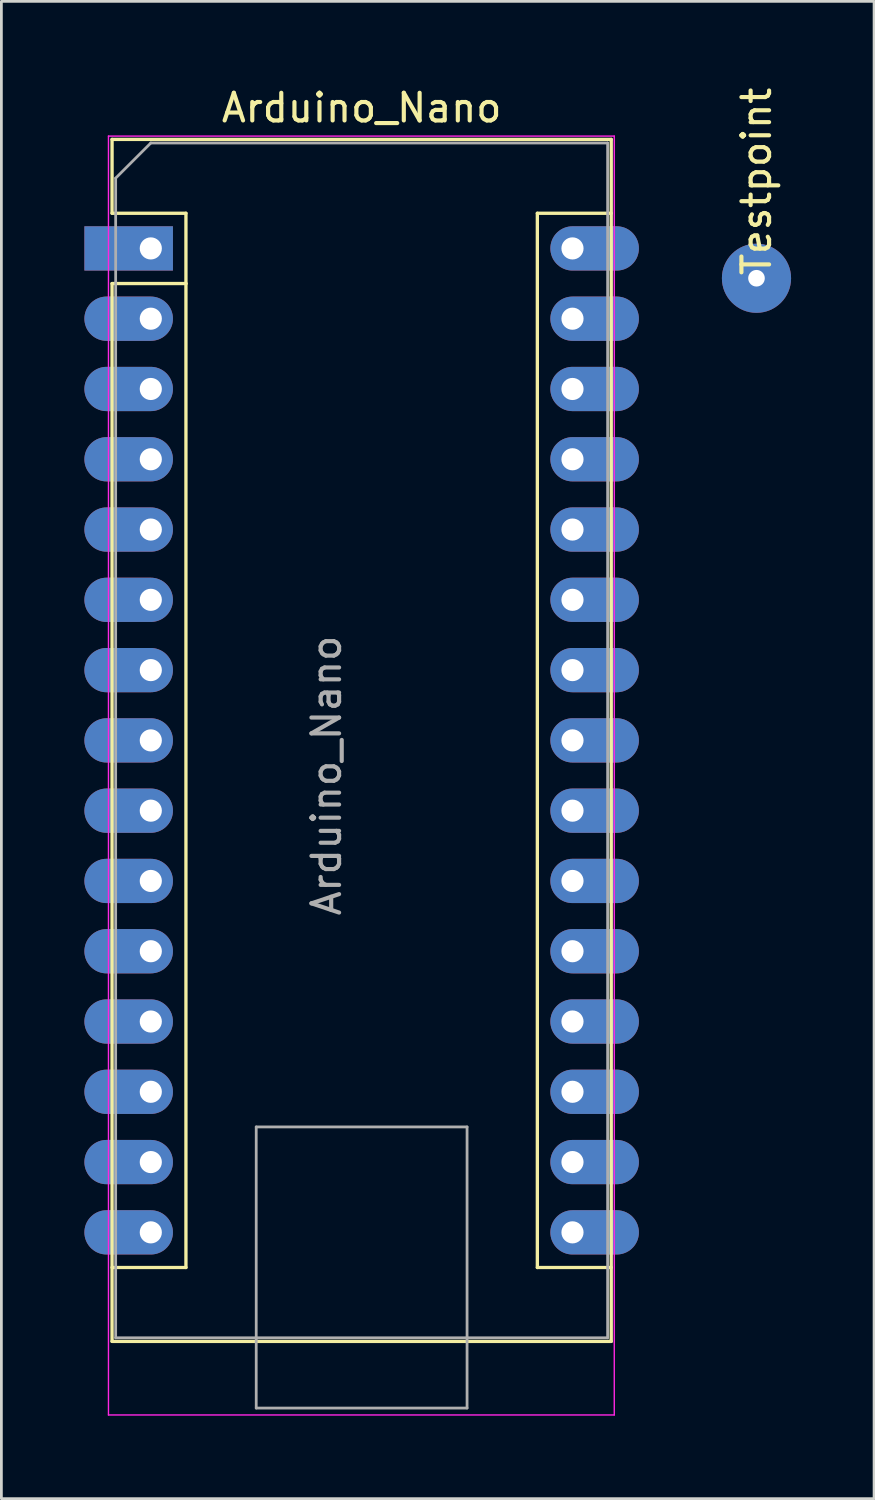
<source format=kicad_pcb>
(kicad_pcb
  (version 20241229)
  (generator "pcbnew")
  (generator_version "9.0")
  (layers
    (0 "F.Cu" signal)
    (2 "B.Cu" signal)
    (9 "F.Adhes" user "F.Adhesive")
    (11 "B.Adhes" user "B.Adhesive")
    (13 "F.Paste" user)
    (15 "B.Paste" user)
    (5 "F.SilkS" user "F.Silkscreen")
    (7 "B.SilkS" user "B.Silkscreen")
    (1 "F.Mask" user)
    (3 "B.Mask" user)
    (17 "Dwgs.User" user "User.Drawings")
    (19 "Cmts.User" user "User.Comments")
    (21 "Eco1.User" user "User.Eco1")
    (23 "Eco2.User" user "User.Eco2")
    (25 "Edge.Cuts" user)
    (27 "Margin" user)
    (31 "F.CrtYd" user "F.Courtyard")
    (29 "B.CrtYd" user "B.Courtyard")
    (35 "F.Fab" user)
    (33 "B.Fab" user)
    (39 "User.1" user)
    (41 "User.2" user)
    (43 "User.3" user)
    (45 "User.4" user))
  (footprint "Testpoint"
    (layer "F.Cu")
    (at 24.29 7.006)
    (property "Reference" "Testpoint" (at 0 -3.5 270) (layer "F.SilkS") (effects (font (size 1 1) (thickness 0.15))))
    (attr through_hole)
    (pad "1" thru_hole circle (at 0 0) (size 2.5 2.5) (drill 0.6) (layers "*.Cu" "*.Mask")))
  (footprint "Arduino_Nano"
    (layer "F.Cu")
    (at 2.4 5.928)
    (property "Reference" "Arduino_Nano" (at 7.62 -5.08 0) (layer "F.SilkS") (effects (font (size 1 1) (thickness 0.15))))
    (attr through_hole)
    (fp_line (start -1.4 -3.94) (end -1.4 -1.27) (stroke (width 0.12) (type solid)) (layer "F.SilkS"))
    (fp_line (start -1.4 1.27) (end -1.4 39.5) (stroke (width 0.12) (type solid)) (layer "F.SilkS"))
    (fp_line (start -1.4 39.5) (end 16.64 39.5) (stroke (width 0.12) (type solid)) (layer "F.SilkS"))
    (fp_line (start 1.27 -1.27) (end -1.4 -1.27) (stroke (width 0.12) (type solid)) (layer "F.SilkS"))
    (fp_line (start 1.27 1.27) (end -1.4 1.27) (stroke (width 0.12) (type solid)) (layer "F.SilkS"))
    (fp_line (start 1.27 1.27) (end 1.27 -1.27) (stroke (width 0.12) (type solid)) (layer "F.SilkS"))
    (fp_line (start 1.27 1.27) (end 1.27 36.83) (stroke (width 0.12) (type solid)) (layer "F.SilkS"))
    (fp_line (start 1.27 36.83) (end -1.4 36.83) (stroke (width 0.12) (type solid)) (layer "F.SilkS"))
    (fp_line (start 13.97 -1.27) (end 13.97 36.83) (stroke (width 0.12) (type solid)) (layer "F.SilkS"))
    (fp_line (start 13.97 -1.27) (end 16.64 -1.27) (stroke (width 0.12) (type solid)) (layer "F.SilkS"))
    (fp_line (start 13.97 36.83) (end 16.64 36.83) (stroke (width 0.12) (type solid)) (layer "F.SilkS"))
    (fp_line (start 16.64 -3.94) (end -1.4 -3.94) (stroke (width 0.12) (type solid)) (layer "F.SilkS"))
    (fp_line (start 16.64 39.5) (end 16.64 -3.94) (stroke (width 0.12) (type solid)) (layer "F.SilkS"))
    (fp_line (start -1.53 -4.06) (end -1.53 42.16) (stroke (width 0.05) (type solid)) (layer "F.CrtYd"))
    (fp_line (start -1.53 -4.06) (end 16.75 -4.06) (stroke (width 0.05) (type solid)) (layer "F.CrtYd"))
    (fp_line (start 16.75 42.16) (end -1.53 42.16) (stroke (width 0.05) (type solid)) (layer "F.CrtYd"))
    (fp_line (start 16.75 42.16) (end 16.75 -4.06) (stroke (width 0.05) (type solid)) (layer "F.CrtYd"))
    (fp_line (start -1.27 -2.54) (end 0 -3.81) (stroke (width 0.1) (type solid)) (layer "F.Fab"))
    (fp_line (start -1.27 39.37) (end -1.27 -2.54) (stroke (width 0.1) (type solid)) (layer "F.Fab"))
    (fp_line (start 0 -3.81) (end 16.51 -3.81) (stroke (width 0.1) (type solid)) (layer "F.Fab"))
    (fp_line (start 3.81 31.75) (end 11.43 31.75) (stroke (width 0.1) (type solid)) (layer "F.Fab"))
    (fp_line (start 3.81 41.91) (end 3.81 31.75) (stroke (width 0.1) (type solid)) (layer "F.Fab"))
    (fp_line (start 11.43 31.75) (end 11.43 41.91) (stroke (width 0.1) (type solid)) (layer "F.Fab"))
    (fp_line (start 11.43 41.91) (end 3.81 41.91) (stroke (width 0.1) (type solid)) (layer "F.Fab"))
    (fp_line (start 16.51 -3.81) (end 16.51 39.37) (stroke (width 0.1) (type solid)) (layer "F.Fab"))
    (fp_line (start 16.51 39.37) (end -1.27 39.37) (stroke (width 0.1) (type solid)) (layer "F.Fab"))
    (fp_text user "${REFERENCE}" (at 6.35 19.05 90) (layer "F.Fab") (effects (font (size 1 1) (thickness 0.15))))
    (pad "1" thru_hole rect (at 0 0) (size 3.2 1.6) (drill 0.8 (offset -0.8 0)) (layers "*.Cu" "*.Mask"))
    (pad "2" thru_hole oval (at 0 2.54) (size 3.2 1.6) (drill 0.8 (offset -0.8 0)) (layers "*.Cu" "*.Mask"))
    (pad "3" thru_hole oval (at 0 5.08) (size 3.2 1.6) (drill 0.8 (offset -0.8 0)) (layers "*.Cu" "*.Mask"))
    (pad "4" thru_hole oval (at 0 7.62) (size 3.2 1.6) (drill 0.8 (offset -0.8 0)) (layers "*.Cu" "*.Mask"))
    (pad "5" thru_hole oval (at 0 10.16) (size 3.2 1.6) (drill 0.8 (offset -0.8 0)) (layers "*.Cu" "*.Mask"))
    (pad "6" thru_hole oval (at 0 12.7) (size 3.2 1.6) (drill 0.8 (offset -0.8 0)) (layers "*.Cu" "*.Mask"))
    (pad "7" thru_hole oval (at 0 15.24) (size 3.2 1.6) (drill 0.8 (offset -0.8 0)) (layers "*.Cu" "*.Mask"))
    (pad "8" thru_hole oval (at 0 17.78) (size 3.2 1.6) (drill 0.8 (offset -0.8 0)) (layers "*.Cu" "*.Mask"))
    (pad "9" thru_hole oval (at 0 20.32) (size 3.2 1.6) (drill 0.8 (offset -0.8 0)) (layers "*.Cu" "*.Mask"))
    (pad "10" thru_hole oval (at 0 22.86) (size 3.2 1.6) (drill 0.8 (offset -0.8 0)) (layers "*.Cu" "*.Mask"))
    (pad "11" thru_hole oval (at 0 25.4) (size 3.2 1.6) (drill 0.8 (offset -0.8 0)) (layers "*.Cu" "*.Mask"))
    (pad "12" thru_hole oval (at 0 27.94) (size 3.2 1.6) (drill 0.8 (offset -0.8 0)) (layers "*.Cu" "*.Mask"))
    (pad "13" thru_hole oval (at 0 30.48) (size 3.2 1.6) (drill 0.8 (offset -0.8 0)) (layers "*.Cu" "*.Mask"))
    (pad "14" thru_hole oval (at 0 33.02) (size 3.2 1.6) (drill 0.8 (offset -0.8 0)) (layers "*.Cu" "*.Mask"))
    (pad "15" thru_hole oval (at 0 35.56) (size 3.2 1.6) (drill 0.8 (offset -0.8 0)) (layers "*.Cu" "*.Mask"))
    (pad "16" thru_hole oval (at 15.24 35.56) (size 3.2 1.6) (drill 0.8 (offset 0.8 0)) (layers "*.Cu" "*.Mask"))
    (pad "17" thru_hole oval (at 15.24 33.02) (size 3.2 1.6) (drill 0.8 (offset 0.8 0)) (layers "*.Cu" "*.Mask"))
    (pad "18" thru_hole oval (at 15.24 30.48) (size 3.2 1.6) (drill 0.8 (offset 0.8 0)) (layers "*.Cu" "*.Mask"))
    (pad "19" thru_hole oval (at 15.24 27.94) (size 3.2 1.6) (drill 0.8 (offset 0.8 0)) (layers "*.Cu" "*.Mask"))
    (pad "20" thru_hole oval (at 15.24 25.4) (size 3.2 1.6) (drill 0.8 (offset 0.8 0)) (layers "*.Cu" "*.Mask"))
    (pad "21" thru_hole oval (at 15.24 22.86) (size 3.2 1.6) (drill 0.8 (offset 0.8 0)) (layers "*.Cu" "*.Mask"))
    (pad "22" thru_hole oval (at 15.24 20.32) (size 3.2 1.6) (drill 0.8 (offset 0.8 0)) (layers "*.Cu" "*.Mask"))
    (pad "23" thru_hole oval (at 15.24 17.78) (size 3.2 1.6) (drill 0.8 (offset 0.8 0)) (layers "*.Cu" "*.Mask"))
    (pad "24" thru_hole oval (at 15.24 15.24) (size 3.2 1.6) (drill 0.8 (offset 0.8 0)) (layers "*.Cu" "*.Mask"))
    (pad "25" thru_hole oval (at 15.24 12.7) (size 3.2 1.6) (drill 0.8 (offset 0.8 0)) (layers "*.Cu" "*.Mask"))
    (pad "26" thru_hole oval (at 15.24 10.16) (size 3.2 1.6) (drill 0.8 (offset 0.8 0)) (layers "*.Cu" "*.Mask"))
    (pad "27" thru_hole oval (at 15.24 7.62) (size 3.2 1.6) (drill 0.8 (offset 0.8 0)) (layers "*.Cu" "*.Mask"))
    (pad "28" thru_hole oval (at 15.24 5.08) (size 3.2 1.6) (drill 0.8 (offset 0.8 0)) (layers "*.Cu" "*.Mask"))
    (pad "29" thru_hole oval (at 15.24 2.54) (size 3.2 1.6) (drill 0.8 (offset 0.8 0)) (layers "*.Cu" "*.Mask"))
    (pad "30" thru_hole oval (at 15.24 0) (size 3.2 1.6) (drill 0.8 (offset 0.8 0)) (layers "*.Cu" "*.Mask")))
  (gr_rect
    (start -3 -3)
    (end 28.54 51.113)
    (stroke (width 0.1) (type default))
    (fill no)
    (layer "Edge.Cuts")))
</source>
